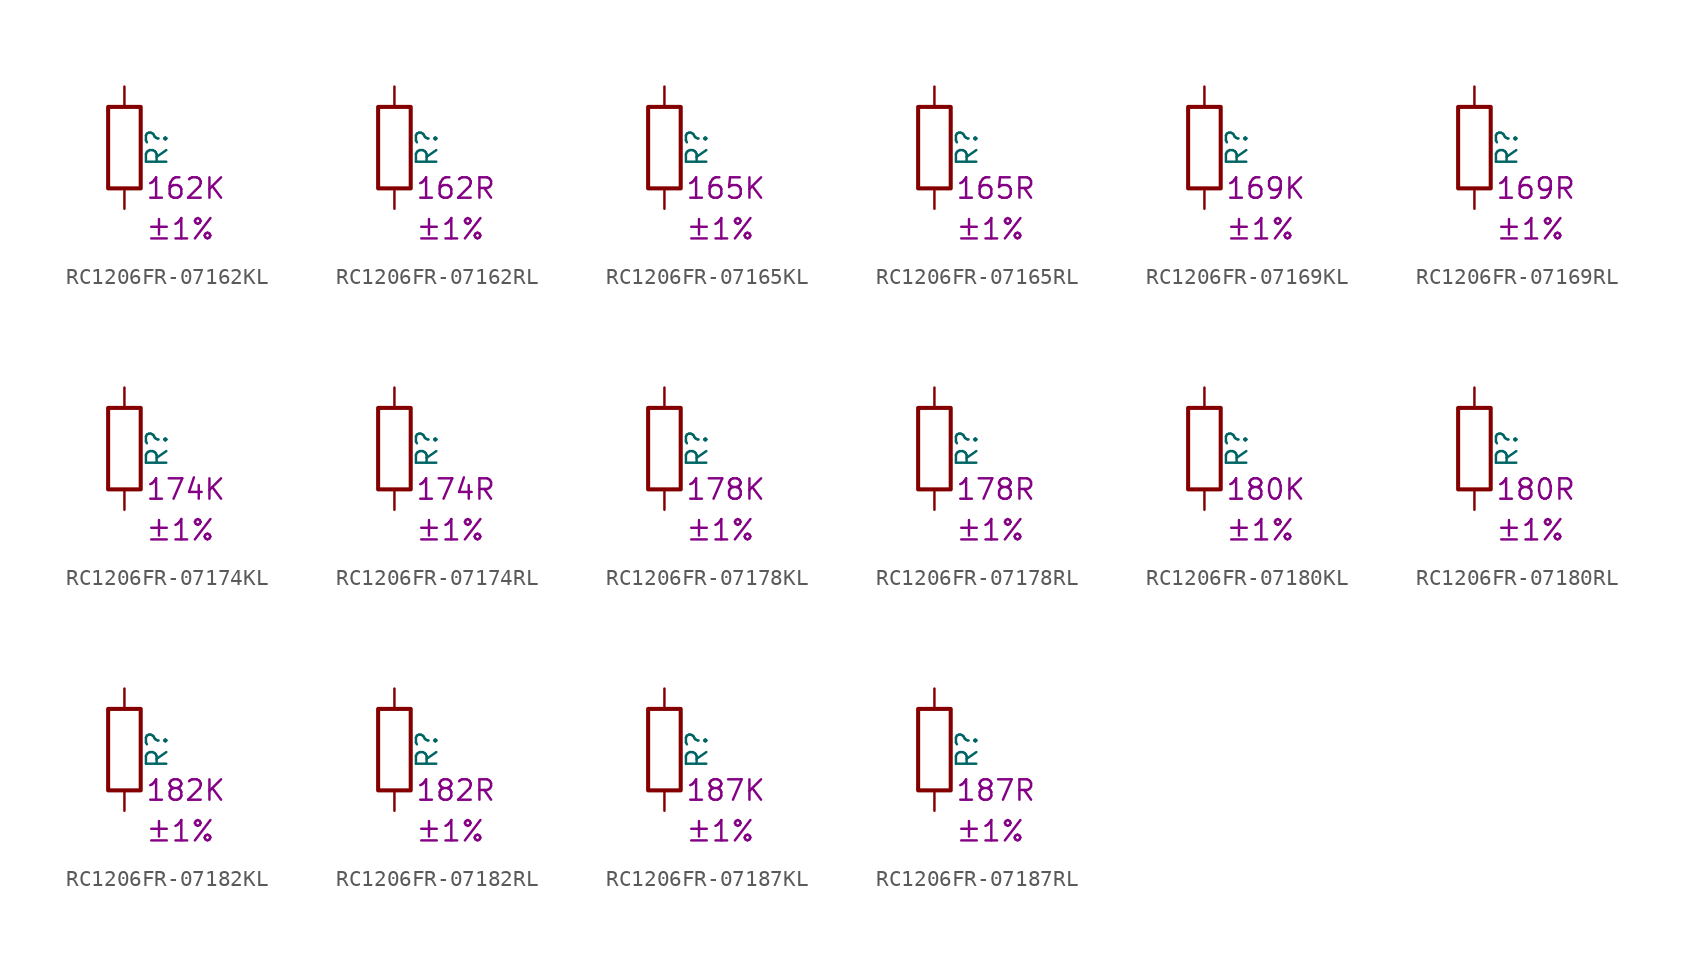
<source format=kicad_sym>
(kicad_symbol_lib
  (version 20220914)
  (generator kicad_symbol_editor)
  (symbol "RC1206FR-07162KL"
    (pin_numbers hide)
    (pin_names
      (offset 0))
    (property "Reference" "R"
      (at 2.032 0 90)
      (effects (font (size 1.27 1.27))))
    (property "Resistance" "162K"
      (at 1.27 -2.54 0)
      (effects (font (size 1.27 1.27)) (justify left)))
    (property "Tolerance" "±1%"
      (at 1.27 -5.08 0)
      (effects (font (size 1.27 1.27)) (justify left)))
    (symbol "RC1206FR-07162KL_0_1"
      (rectangle (start -1.016 -2.54) (end 1.016 2.54) (stroke (width 0.254) (type default)) (fill (type none))))
    (symbol "RC1206FR-07162KL_1_1"
      (pin passive line (at 0 3.81 270) (length 1.27) (name "~" (effects (font (size 1.27 1.27)))) (number "1" (effects (font (size 1.27 1.27)))))
      (pin passive line (at 0 -3.81 90) (length 1.27) (name "~" (effects (font (size 1.27 1.27)))) (number "2" (effects (font (size 1.27 1.27)))))))
  (symbol "RC1206FR-07162RL"
    (pin_numbers hide)
    (pin_names
      (offset 0))
    (property "Reference" "R"
      (at 2.032 0 90)
      (effects (font (size 1.27 1.27))))
    (property "Resistance" "162R"
      (at 1.27 -2.54 0)
      (effects (font (size 1.27 1.27)) (justify left)))
    (property "Tolerance" "±1%"
      (at 1.27 -5.08 0)
      (effects (font (size 1.27 1.27)) (justify left)))
    (symbol "RC1206FR-07162RL_0_1"
      (rectangle (start -1.016 -2.54) (end 1.016 2.54) (stroke (width 0.254) (type default)) (fill (type none))))
    (symbol "RC1206FR-07162RL_1_1"
      (pin passive line (at 0 3.81 270) (length 1.27) (name "~" (effects (font (size 1.27 1.27)))) (number "1" (effects (font (size 1.27 1.27)))))
      (pin passive line (at 0 -3.81 90) (length 1.27) (name "~" (effects (font (size 1.27 1.27)))) (number "2" (effects (font (size 1.27 1.27)))))))
  (symbol "RC1206FR-07165KL"
    (pin_numbers hide)
    (pin_names
      (offset 0))
    (property "Reference" "R"
      (at 2.032 0 90)
      (effects (font (size 1.27 1.27))))
    (property "Resistance" "165K"
      (at 1.27 -2.54 0)
      (effects (font (size 1.27 1.27)) (justify left)))
    (property "Tolerance" "±1%"
      (at 1.27 -5.08 0)
      (effects (font (size 1.27 1.27)) (justify left)))
    (symbol "RC1206FR-07165KL_0_1"
      (rectangle (start -1.016 -2.54) (end 1.016 2.54) (stroke (width 0.254) (type default)) (fill (type none))))
    (symbol "RC1206FR-07165KL_1_1"
      (pin passive line (at 0 3.81 270) (length 1.27) (name "~" (effects (font (size 1.27 1.27)))) (number "1" (effects (font (size 1.27 1.27)))))
      (pin passive line (at 0 -3.81 90) (length 1.27) (name "~" (effects (font (size 1.27 1.27)))) (number "2" (effects (font (size 1.27 1.27)))))))
  (symbol "RC1206FR-07165RL"
    (pin_numbers hide)
    (pin_names
      (offset 0))
    (property "Reference" "R"
      (at 2.032 0 90)
      (effects (font (size 1.27 1.27))))
    (property "Resistance" "165R"
      (at 1.27 -2.54 0)
      (effects (font (size 1.27 1.27)) (justify left)))
    (property "Tolerance" "±1%"
      (at 1.27 -5.08 0)
      (effects (font (size 1.27 1.27)) (justify left)))
    (symbol "RC1206FR-07165RL_0_1"
      (rectangle (start -1.016 -2.54) (end 1.016 2.54) (stroke (width 0.254) (type default)) (fill (type none))))
    (symbol "RC1206FR-07165RL_1_1"
      (pin passive line (at 0 3.81 270) (length 1.27) (name "~" (effects (font (size 1.27 1.27)))) (number "1" (effects (font (size 1.27 1.27)))))
      (pin passive line (at 0 -3.81 90) (length 1.27) (name "~" (effects (font (size 1.27 1.27)))) (number "2" (effects (font (size 1.27 1.27)))))))
  (symbol "RC1206FR-07169KL"
    (pin_numbers hide)
    (pin_names
      (offset 0))
    (property "Reference" "R"
      (at 2.032 0 90)
      (effects (font (size 1.27 1.27))))
    (property "Resistance" "169K"
      (at 1.27 -2.54 0)
      (effects (font (size 1.27 1.27)) (justify left)))
    (property "Tolerance" "±1%"
      (at 1.27 -5.08 0)
      (effects (font (size 1.27 1.27)) (justify left)))
    (symbol "RC1206FR-07169KL_0_1"
      (rectangle (start -1.016 -2.54) (end 1.016 2.54) (stroke (width 0.254) (type default)) (fill (type none))))
    (symbol "RC1206FR-07169KL_1_1"
      (pin passive line (at 0 3.81 270) (length 1.27) (name "~" (effects (font (size 1.27 1.27)))) (number "1" (effects (font (size 1.27 1.27)))))
      (pin passive line (at 0 -3.81 90) (length 1.27) (name "~" (effects (font (size 1.27 1.27)))) (number "2" (effects (font (size 1.27 1.27)))))))
  (symbol "RC1206FR-07169RL"
    (pin_numbers hide)
    (pin_names
      (offset 0))
    (property "Reference" "R"
      (at 2.032 0 90)
      (effects (font (size 1.27 1.27))))
    (property "Resistance" "169R"
      (at 1.27 -2.54 0)
      (effects (font (size 1.27 1.27)) (justify left)))
    (property "Tolerance" "±1%"
      (at 1.27 -5.08 0)
      (effects (font (size 1.27 1.27)) (justify left)))
    (symbol "RC1206FR-07169RL_0_1"
      (rectangle (start -1.016 -2.54) (end 1.016 2.54) (stroke (width 0.254) (type default)) (fill (type none))))
    (symbol "RC1206FR-07169RL_1_1"
      (pin passive line (at 0 3.81 270) (length 1.27) (name "~" (effects (font (size 1.27 1.27)))) (number "1" (effects (font (size 1.27 1.27)))))
      (pin passive line (at 0 -3.81 90) (length 1.27) (name "~" (effects (font (size 1.27 1.27)))) (number "2" (effects (font (size 1.27 1.27)))))))
  (symbol "RC1206FR-07174KL"
    (pin_numbers hide)
    (pin_names
      (offset 0))
    (property "Reference" "R"
      (at 2.032 0 90)
      (effects (font (size 1.27 1.27))))
    (property "Resistance" "174K"
      (at 1.27 -2.54 0)
      (effects (font (size 1.27 1.27)) (justify left)))
    (property "Tolerance" "±1%"
      (at 1.27 -5.08 0)
      (effects (font (size 1.27 1.27)) (justify left)))
    (symbol "RC1206FR-07174KL_0_1"
      (rectangle (start -1.016 -2.54) (end 1.016 2.54) (stroke (width 0.254) (type default)) (fill (type none))))
    (symbol "RC1206FR-07174KL_1_1"
      (pin passive line (at 0 3.81 270) (length 1.27) (name "~" (effects (font (size 1.27 1.27)))) (number "1" (effects (font (size 1.27 1.27)))))
      (pin passive line (at 0 -3.81 90) (length 1.27) (name "~" (effects (font (size 1.27 1.27)))) (number "2" (effects (font (size 1.27 1.27)))))))
  (symbol "RC1206FR-07174RL"
    (pin_numbers hide)
    (pin_names
      (offset 0))
    (property "Reference" "R"
      (at 2.032 0 90)
      (effects (font (size 1.27 1.27))))
    (property "Resistance" "174R"
      (at 1.27 -2.54 0)
      (effects (font (size 1.27 1.27)) (justify left)))
    (property "Tolerance" "±1%"
      (at 1.27 -5.08 0)
      (effects (font (size 1.27 1.27)) (justify left)))
    (symbol "RC1206FR-07174RL_0_1"
      (rectangle (start -1.016 -2.54) (end 1.016 2.54) (stroke (width 0.254) (type default)) (fill (type none))))
    (symbol "RC1206FR-07174RL_1_1"
      (pin passive line (at 0 3.81 270) (length 1.27) (name "~" (effects (font (size 1.27 1.27)))) (number "1" (effects (font (size 1.27 1.27)))))
      (pin passive line (at 0 -3.81 90) (length 1.27) (name "~" (effects (font (size 1.27 1.27)))) (number "2" (effects (font (size 1.27 1.27)))))))
  (symbol "RC1206FR-07178KL"
    (pin_numbers hide)
    (pin_names
      (offset 0))
    (property "Reference" "R"
      (at 2.032 0 90)
      (effects (font (size 1.27 1.27))))
    (property "Resistance" "178K"
      (at 1.27 -2.54 0)
      (effects (font (size 1.27 1.27)) (justify left)))
    (property "Tolerance" "±1%"
      (at 1.27 -5.08 0)
      (effects (font (size 1.27 1.27)) (justify left)))
    (symbol "RC1206FR-07178KL_0_1"
      (rectangle (start -1.016 -2.54) (end 1.016 2.54) (stroke (width 0.254) (type default)) (fill (type none))))
    (symbol "RC1206FR-07178KL_1_1"
      (pin passive line (at 0 3.81 270) (length 1.27) (name "~" (effects (font (size 1.27 1.27)))) (number "1" (effects (font (size 1.27 1.27)))))
      (pin passive line (at 0 -3.81 90) (length 1.27) (name "~" (effects (font (size 1.27 1.27)))) (number "2" (effects (font (size 1.27 1.27)))))))
  (symbol "RC1206FR-07178RL"
    (pin_numbers hide)
    (pin_names
      (offset 0))
    (property "Reference" "R"
      (at 2.032 0 90)
      (effects (font (size 1.27 1.27))))
    (property "Resistance" "178R"
      (at 1.27 -2.54 0)
      (effects (font (size 1.27 1.27)) (justify left)))
    (property "Tolerance" "±1%"
      (at 1.27 -5.08 0)
      (effects (font (size 1.27 1.27)) (justify left)))
    (symbol "RC1206FR-07178RL_0_1"
      (rectangle (start -1.016 -2.54) (end 1.016 2.54) (stroke (width 0.254) (type default)) (fill (type none))))
    (symbol "RC1206FR-07178RL_1_1"
      (pin passive line (at 0 3.81 270) (length 1.27) (name "~" (effects (font (size 1.27 1.27)))) (number "1" (effects (font (size 1.27 1.27)))))
      (pin passive line (at 0 -3.81 90) (length 1.27) (name "~" (effects (font (size 1.27 1.27)))) (number "2" (effects (font (size 1.27 1.27)))))))
  (symbol "RC1206FR-07180KL"
    (pin_numbers hide)
    (pin_names
      (offset 0))
    (property "Reference" "R"
      (at 2.032 0 90)
      (effects (font (size 1.27 1.27))))
    (property "Resistance" "180K"
      (at 1.27 -2.54 0)
      (effects (font (size 1.27 1.27)) (justify left)))
    (property "Tolerance" "±1%"
      (at 1.27 -5.08 0)
      (effects (font (size 1.27 1.27)) (justify left)))
    (symbol "RC1206FR-07180KL_0_1"
      (rectangle (start -1.016 -2.54) (end 1.016 2.54) (stroke (width 0.254) (type default)) (fill (type none))))
    (symbol "RC1206FR-07180KL_1_1"
      (pin passive line (at 0 3.81 270) (length 1.27) (name "~" (effects (font (size 1.27 1.27)))) (number "1" (effects (font (size 1.27 1.27)))))
      (pin passive line (at 0 -3.81 90) (length 1.27) (name "~" (effects (font (size 1.27 1.27)))) (number "2" (effects (font (size 1.27 1.27)))))))
  (symbol "RC1206FR-07180RL"
    (pin_numbers hide)
    (pin_names
      (offset 0))
    (property "Reference" "R"
      (at 2.032 0 90)
      (effects (font (size 1.27 1.27))))
    (property "Resistance" "180R"
      (at 1.27 -2.54 0)
      (effects (font (size 1.27 1.27)) (justify left)))
    (property "Tolerance" "±1%"
      (at 1.27 -5.08 0)
      (effects (font (size 1.27 1.27)) (justify left)))
    (symbol "RC1206FR-07180RL_0_1"
      (rectangle (start -1.016 -2.54) (end 1.016 2.54) (stroke (width 0.254) (type default)) (fill (type none))))
    (symbol "RC1206FR-07180RL_1_1"
      (pin passive line (at 0 3.81 270) (length 1.27) (name "~" (effects (font (size 1.27 1.27)))) (number "1" (effects (font (size 1.27 1.27)))))
      (pin passive line (at 0 -3.81 90) (length 1.27) (name "~" (effects (font (size 1.27 1.27)))) (number "2" (effects (font (size 1.27 1.27)))))))
  (symbol "RC1206FR-07182KL"
    (pin_numbers hide)
    (pin_names
      (offset 0))
    (property "Reference" "R"
      (at 2.032 0 90)
      (effects (font (size 1.27 1.27))))
    (property "Resistance" "182K"
      (at 1.27 -2.54 0)
      (effects (font (size 1.27 1.27)) (justify left)))
    (property "Tolerance" "±1%"
      (at 1.27 -5.08 0)
      (effects (font (size 1.27 1.27)) (justify left)))
    (symbol "RC1206FR-07182KL_0_1"
      (rectangle (start -1.016 -2.54) (end 1.016 2.54) (stroke (width 0.254) (type default)) (fill (type none))))
    (symbol "RC1206FR-07182KL_1_1"
      (pin passive line (at 0 3.81 270) (length 1.27) (name "~" (effects (font (size 1.27 1.27)))) (number "1" (effects (font (size 1.27 1.27)))))
      (pin passive line (at 0 -3.81 90) (length 1.27) (name "~" (effects (font (size 1.27 1.27)))) (number "2" (effects (font (size 1.27 1.27)))))))
  (symbol "RC1206FR-07182RL"
    (pin_numbers hide)
    (pin_names
      (offset 0))
    (property "Reference" "R"
      (at 2.032 0 90)
      (effects (font (size 1.27 1.27))))
    (property "Resistance" "182R"
      (at 1.27 -2.54 0)
      (effects (font (size 1.27 1.27)) (justify left)))
    (property "Tolerance" "±1%"
      (at 1.27 -5.08 0)
      (effects (font (size 1.27 1.27)) (justify left)))
    (symbol "RC1206FR-07182RL_0_1"
      (rectangle (start -1.016 -2.54) (end 1.016 2.54) (stroke (width 0.254) (type default)) (fill (type none))))
    (symbol "RC1206FR-07182RL_1_1"
      (pin passive line (at 0 3.81 270) (length 1.27) (name "~" (effects (font (size 1.27 1.27)))) (number "1" (effects (font (size 1.27 1.27)))))
      (pin passive line (at 0 -3.81 90) (length 1.27) (name "~" (effects (font (size 1.27 1.27)))) (number "2" (effects (font (size 1.27 1.27)))))))
  (symbol "RC1206FR-07187KL"
    (pin_numbers hide)
    (pin_names
      (offset 0))
    (property "Reference" "R"
      (at 2.032 0 90)
      (effects (font (size 1.27 1.27))))
    (property "Resistance" "187K"
      (at 1.27 -2.54 0)
      (effects (font (size 1.27 1.27)) (justify left)))
    (property "Tolerance" "±1%"
      (at 1.27 -5.08 0)
      (effects (font (size 1.27 1.27)) (justify left)))
    (symbol "RC1206FR-07187KL_0_1"
      (rectangle (start -1.016 -2.54) (end 1.016 2.54) (stroke (width 0.254) (type default)) (fill (type none))))
    (symbol "RC1206FR-07187KL_1_1"
      (pin passive line (at 0 3.81 270) (length 1.27) (name "~" (effects (font (size 1.27 1.27)))) (number "1" (effects (font (size 1.27 1.27)))))
      (pin passive line (at 0 -3.81 90) (length 1.27) (name "~" (effects (font (size 1.27 1.27)))) (number "2" (effects (font (size 1.27 1.27)))))))
  (symbol "RC1206FR-07187RL"
    (pin_numbers hide)
    (pin_names
      (offset 0))
    (property "Reference" "R"
      (at 2.032 0 90)
      (effects (font (size 1.27 1.27))))
    (property "Resistance" "187R"
      (at 1.27 -2.54 0)
      (effects (font (size 1.27 1.27)) (justify left)))
    (property "Tolerance" "±1%"
      (at 1.27 -5.08 0)
      (effects (font (size 1.27 1.27)) (justify left)))
    (symbol "RC1206FR-07187RL_0_1"
      (rectangle (start -1.016 -2.54) (end 1.016 2.54) (stroke (width 0.254) (type default)) (fill (type none))))
    (symbol "RC1206FR-07187RL_1_1"
      (pin passive line (at 0 3.81 270) (length 1.27) (name "~" (effects (font (size 1.27 1.27)))) (number "1" (effects (font (size 1.27 1.27)))))
      (pin passive line (at 0 -3.81 90) (length 1.27) (name "~" (effects (font (size 1.27 1.27)))) (number "2" (effects (font (size 1.27 1.27))))))))
</source>
